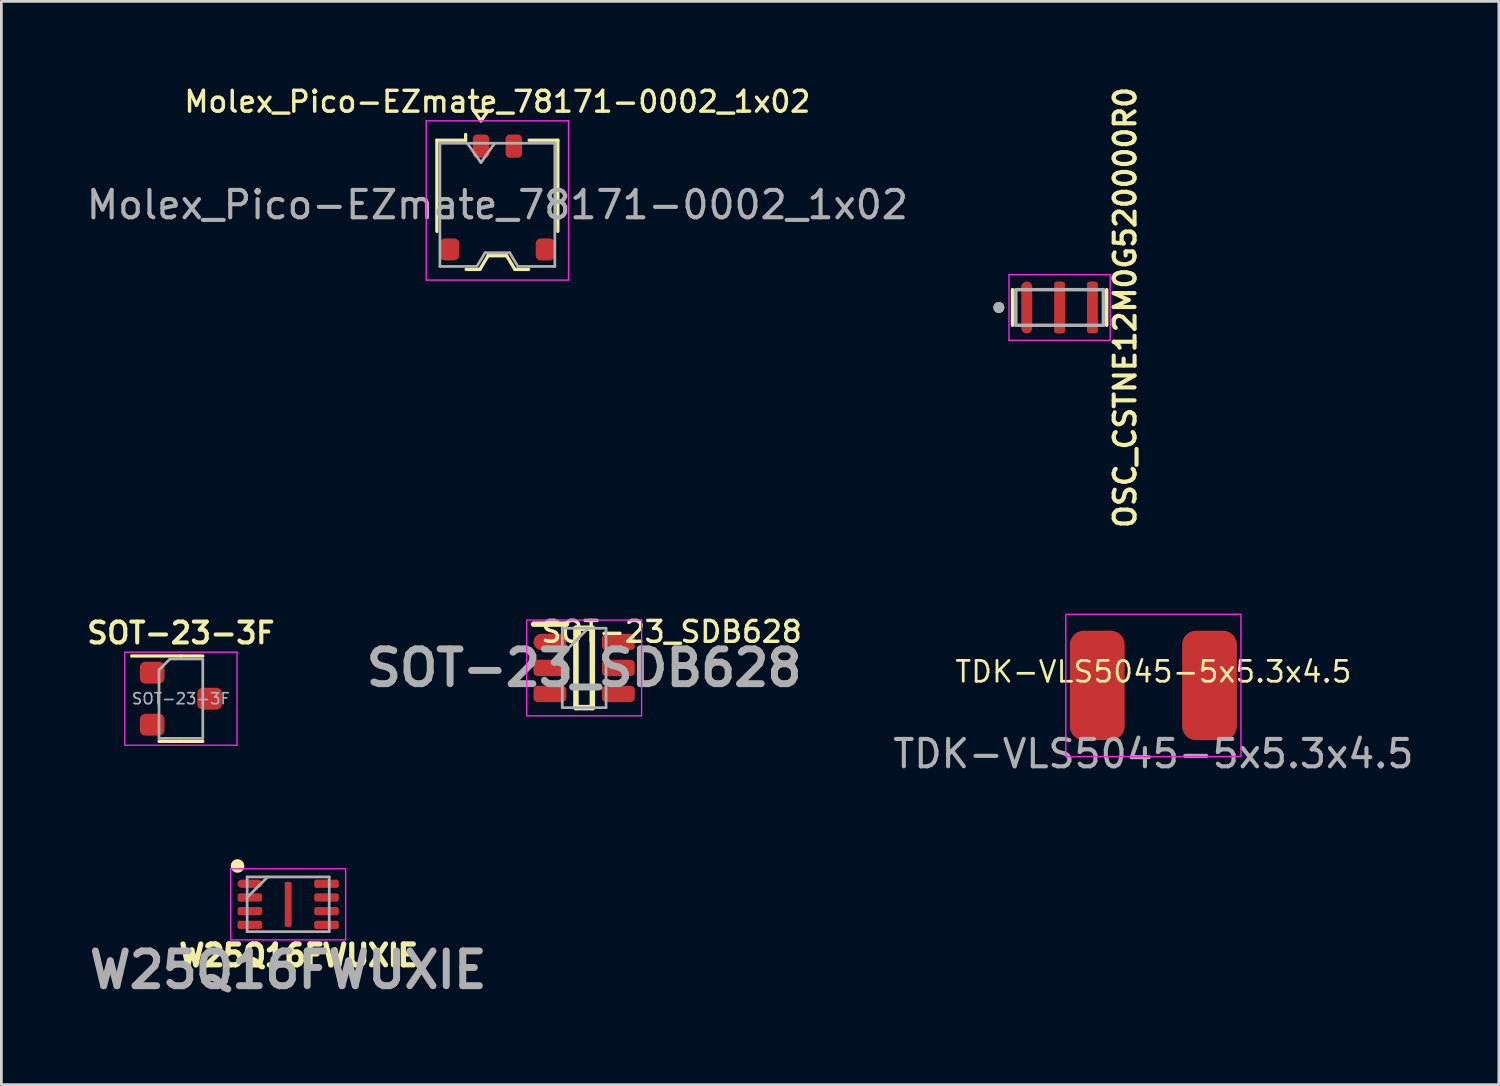
<source format=kicad_pcb>
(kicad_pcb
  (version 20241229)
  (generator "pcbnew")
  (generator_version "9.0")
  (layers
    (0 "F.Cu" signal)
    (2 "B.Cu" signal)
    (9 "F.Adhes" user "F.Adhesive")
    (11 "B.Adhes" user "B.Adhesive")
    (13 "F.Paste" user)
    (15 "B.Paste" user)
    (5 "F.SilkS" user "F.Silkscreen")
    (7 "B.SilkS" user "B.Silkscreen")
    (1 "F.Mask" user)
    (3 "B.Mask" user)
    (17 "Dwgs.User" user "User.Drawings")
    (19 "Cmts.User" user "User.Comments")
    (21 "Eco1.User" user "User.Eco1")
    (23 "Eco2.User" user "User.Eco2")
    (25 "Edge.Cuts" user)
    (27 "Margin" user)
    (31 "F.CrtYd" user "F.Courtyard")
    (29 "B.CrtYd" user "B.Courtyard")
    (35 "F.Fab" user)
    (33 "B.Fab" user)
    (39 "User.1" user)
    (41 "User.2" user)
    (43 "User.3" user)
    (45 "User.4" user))
  (footprint "TDK-VLS5045-5x5.3x4.5"
    (layer "F.Cu")
    (at 39.097 21.997)
    (property "Reference" "TDK-VLS5045-5x5.3x4.5" (at 0 -0.5 0) (unlocked yes) (layer "F.SilkS") (effects (font (size 0.762 0.762) (thickness 0.1))))
    (attr smd)
    (fp_rect (start -3.2 -2.6) (end 3.2 2.6) (stroke (width 0.05) (type default)) (fill no) (layer "F.CrtYd"))
    (fp_text user "${REFERENCE}" (at 0 2.5 0) (unlocked yes) (layer "F.Fab") (effects (font (size 1 1) (thickness 0.15))))
    (pad "1" smd roundrect (at -2.05 0) (size 2 4) (layers "F.Cu" "F.Mask" "F.Paste") (roundrect_rratio 0.25))
    (pad "2" smd roundrect (at 2.05 0) (size 2 4) (layers "F.Cu" "F.Mask" "F.Paste") (roundrect_rratio 0.25)))
  (footprint "W25Q16FWUXIE"
    (layer "F.Cu")
    (at 6.081 29.245)
    (property "Reference" "W25Q16FWUXIE" (at 1.781 2.619 0) (layer "F.SilkS") (effects (font (size 0.762 0.762) (thickness 0.191))))
    (attr smd)
    (fp_circle (center -0.45 -0.65) (end -0.45 -0.525) (stroke (width 0.25) (type solid)) (fill no) (layer "F.SilkS"))
    (fp_line (start -0.7 -0.55) (end 3.5 -0.55) (stroke (width 0.05) (type solid)) (layer "F.CrtYd"))
    (fp_line (start -0.7 2.05) (end -0.7 -0.55) (stroke (width 0.05) (type solid)) (layer "F.CrtYd"))
    (fp_line (start 3.5 -0.55) (end 3.5 2.05) (stroke (width 0.05) (type solid)) (layer "F.CrtYd"))
    (fp_line (start 3.5 2.05) (end -0.7 2.05) (stroke (width 0.05) (type solid)) (layer "F.CrtYd"))
    (fp_line (start -0.1 -0.25) (end 2.9 -0.25) (stroke (width 0.1) (type solid)) (layer "F.Fab"))
    (fp_line (start -0.1 0.5) (end 0.65 -0.25) (stroke (width 0.1) (type solid)) (layer "F.Fab"))
    (fp_line (start -0.1 1.75) (end -0.1 -0.25) (stroke (width 0.1) (type solid)) (layer "F.Fab"))
    (fp_line (start 2.9 -0.25) (end 2.9 1.75) (stroke (width 0.1) (type solid)) (layer "F.Fab"))
    (fp_line (start 2.9 1.75) (end -0.1 1.75) (stroke (width 0.1) (type solid)) (layer "F.Fab"))
    (fp_text user "${REFERENCE}" (at 1.4 3.15 0) (layer "F.Fab") (effects (font (size 1.27 1.27) (thickness 0.254))))
    (pad "1" smd oval (at 0 0 90) (size 0.3 0.9) (layers "F.Cu" "F.Mask" "F.Paste"))
    (pad "2" smd roundrect (at 0 0.5 90) (size 0.3 0.9) (layers "F.Cu" "F.Mask" "F.Paste") (roundrect_rratio 0.25))
    (pad "3" smd roundrect (at 0 1 90) (size 0.3 0.9) (layers "F.Cu" "F.Mask" "F.Paste") (roundrect_rratio 0.25))
    (pad "4" smd roundrect (at 0 1.5 90) (size 0.3 0.9) (layers "F.Cu" "F.Mask" "F.Paste") (roundrect_rratio 0.25))
    (pad "5" smd roundrect (at 2.8 1.5 90) (size 0.3 0.9) (layers "F.Cu" "F.Mask" "F.Paste") (roundrect_rratio 0.25))
    (pad "6" smd roundrect (at 2.8 1 90) (size 0.3 0.9) (layers "F.Cu" "F.Mask" "F.Paste") (roundrect_rratio 0.25))
    (pad "7" smd roundrect (at 2.8 0.5 90) (size 0.3 0.9) (layers "F.Cu" "F.Mask" "F.Paste") (roundrect_rratio 0.25))
    (pad "8" smd roundrect (at 2.8 0 90) (size 0.3 0.9) (layers "F.Cu" "F.Mask" "F.Paste") (roundrect_rratio 0.25))
    (pad "9" smd roundrect (at 1.4 0.75) (size 0.25 1.65) (layers "F.Cu" "F.Mask" "F.Paste") (roundrect_rratio 0.25)))
  (footprint "SOT-23_SDB628"
    (layer "F.Cu")
    (at 18.296 21.358)
    (property "Reference" "SOT-23_SDB628" (at 3.195 -1.321 0) (unlocked yes) (layer "F.SilkS") (effects (font (size 0.762 0.762) (thickness 0.125))))
    (attr smd)
    (fp_line (start -1.85 -1.6) (end -0.65 -1.6) (stroke (width 0.2) (type solid)) (layer "F.SilkS"))
    (fp_line (start -0.3 -1.45) (end 0.3 -1.45) (stroke (width 0.2) (type solid)) (layer "F.SilkS"))
    (fp_line (start -0.3 1.45) (end -0.3 -1.45) (stroke (width 0.2) (type solid)) (layer "F.SilkS"))
    (fp_line (start 0.3 -1.45) (end 0.3 1.45) (stroke (width 0.2) (type solid)) (layer "F.SilkS"))
    (fp_line (start 0.3 1.45) (end -0.3 1.45) (stroke (width 0.2) (type solid)) (layer "F.SilkS"))
    (fp_line (start -2.1 -1.75) (end 2.1 -1.75) (stroke (width 0.05) (type solid)) (layer "F.CrtYd"))
    (fp_line (start -2.1 1.75) (end -2.1 -1.75) (stroke (width 0.05) (type solid)) (layer "F.CrtYd"))
    (fp_line (start 2.1 -1.75) (end 2.1 1.75) (stroke (width 0.05) (type solid)) (layer "F.CrtYd"))
    (fp_line (start 2.1 1.75) (end -2.1 1.75) (stroke (width 0.05) (type solid)) (layer "F.CrtYd"))
    (fp_line (start -0.8 -1.45) (end 0.8 -1.45) (stroke (width 0.1) (type solid)) (layer "F.Fab"))
    (fp_line (start -0.8 -0.5) (end 0.15 -1.45) (stroke (width 0.1) (type solid)) (layer "F.Fab"))
    (fp_line (start -0.8 1.45) (end -0.8 -1.45) (stroke (width 0.1) (type solid)) (layer "F.Fab"))
    (fp_line (start 0.8 -1.45) (end 0.8 1.45) (stroke (width 0.1) (type solid)) (layer "F.Fab"))
    (fp_line (start 0.8 1.45) (end -0.8 1.45) (stroke (width 0.1) (type solid)) (layer "F.Fab"))
    (fp_text user "${REFERENCE}" (at 0 0 0) (layer "F.Fab") (effects (font (size 1.27 1.27) (thickness 0.254))))
    (pad "1" smd oval (at -1.25 -0.95 90) (size 0.6 1.2) (layers "F.Cu" "F.Mask" "F.Paste"))
    (pad "2" smd roundrect (at -1.25 0 90) (size 0.6 1.2) (layers "F.Cu" "F.Mask" "F.Paste") (roundrect_rratio 0.25))
    (pad "3" smd roundrect (at -1.25 0.95 90) (size 0.6 1.2) (layers "F.Cu" "F.Mask" "F.Paste") (roundrect_rratio 0.25))
    (pad "4" smd roundrect (at 1.25 0.95 90) (size 0.6 1.2) (layers "F.Cu" "F.Mask" "F.Paste") (roundrect_rratio 0.25))
    (pad "5" smd roundrect (at 1.25 0 90) (size 0.6 1.2) (layers "F.Cu" "F.Mask" "F.Paste") (roundrect_rratio 0.25))
    (pad "6" smd roundrect (at 1.25 -0.95 90) (size 0.6 1.2) (layers "F.Cu" "F.Mask" "F.Paste") (roundrect_rratio 0.25)))
  (footprint "Molex_Pico-EZmate_78171-0002_1x02"
    (layer "F.Cu")
    (at 15.125 4.165)
    (property "Reference" "Molex_Pico-EZmate_78171-0002_1x02" (at 0 -3.5 0) (layer "F.SilkS") (effects (font (size 0.762 0.762) (thickness 0.125))))
    (attr smd)
    (fp_line (start -2.21 -2.09) (end -1.16 -2.09) (stroke (width 0.12) (type solid)) (layer "F.SilkS"))
    (fp_line (start -2.21 1.24) (end -2.21 -2.09) (stroke (width 0.12) (type solid)) (layer "F.SilkS"))
    (fp_line (start -1.16 -2.09) (end -1.16 -2.3) (stroke (width 0.12) (type solid)) (layer "F.SilkS"))
    (fp_line (start -1.14 2.63) (end -0.64 2.63) (stroke (width 0.12) (type solid)) (layer "F.SilkS"))
    (fp_line (start -0.85 -3.154) (end -0.6 -2.8) (stroke (width 0.12) (type solid)) (layer "F.SilkS"))
    (fp_line (start -0.64 2.63) (end -0.34 2.13) (stroke (width 0.12) (type solid)) (layer "F.SilkS"))
    (fp_line (start -0.6 -2.8) (end -0.35 -3.154) (stroke (width 0.12) (type solid)) (layer "F.SilkS"))
    (fp_line (start -0.35 -3.154) (end -0.85 -3.154) (stroke (width 0.12) (type solid)) (layer "F.SilkS"))
    (fp_line (start -0.34 2.13) (end 0.34 2.13) (stroke (width 0.12) (type solid)) (layer "F.SilkS"))
    (fp_line (start 0.34 2.13) (end 0.64 2.63) (stroke (width 0.12) (type solid)) (layer "F.SilkS"))
    (fp_line (start 0.64 2.63) (end 1.14 2.63) (stroke (width 0.12) (type solid)) (layer "F.SilkS"))
    (fp_line (start 2.21 -2.09) (end 1.16 -2.09) (stroke (width 0.12) (type solid)) (layer "F.SilkS"))
    (fp_line (start 2.21 1.24) (end 2.21 -2.09) (stroke (width 0.12) (type solid)) (layer "F.SilkS"))
    (fp_line (start -2.6 -2.8) (end -2.6 3.02) (stroke (width 0.05) (type solid)) (layer "F.CrtYd"))
    (fp_line (start -2.6 3.02) (end 2.6 3.02) (stroke (width 0.05) (type solid)) (layer "F.CrtYd"))
    (fp_line (start 2.6 -2.8) (end -2.6 -2.8) (stroke (width 0.05) (type solid)) (layer "F.CrtYd"))
    (fp_line (start 2.6 3.02) (end 2.6 -2.8) (stroke (width 0.05) (type solid)) (layer "F.CrtYd"))
    (fp_line (start -2.1 -1.98) (end -2.1 2.52) (stroke (width 0.1) (type solid)) (layer "F.Fab"))
    (fp_line (start -2.1 -1.98) (end 2.1 -1.98) (stroke (width 0.1) (type solid)) (layer "F.Fab"))
    (fp_line (start -2.1 2.52) (end -0.75 2.52) (stroke (width 0.1) (type solid)) (layer "F.Fab"))
    (fp_line (start -1.1 -1.98) (end -0.6 -1.273) (stroke (width 0.1) (type solid)) (layer "F.Fab"))
    (fp_line (start -0.75 2.52) (end -0.45 2.02) (stroke (width 0.1) (type solid)) (layer "F.Fab"))
    (fp_line (start -0.6 -1.273) (end -0.1 -1.98) (stroke (width 0.1) (type solid)) (layer "F.Fab"))
    (fp_line (start -0.45 2.02) (end 0.45 2.02) (stroke (width 0.1) (type solid)) (layer "F.Fab"))
    (fp_line (start 0.45 2.02) (end 0.75 2.52) (stroke (width 0.1) (type solid)) (layer "F.Fab"))
    (fp_line (start 0.75 2.52) (end 2.1 2.52) (stroke (width 0.1) (type solid)) (layer "F.Fab"))
    (fp_line (start 2.1 -1.98) (end 2.1 2.52) (stroke (width 0.1) (type solid)) (layer "F.Fab"))
    (fp_text user "${REFERENCE}" (at 0 0.27 0) (layer "F.Fab") (effects (font (size 1 1) (thickness 0.15))))
    (pad "1" smd roundrect (at -0.6 -1.875) (size 0.6 0.85) (layers "F.Cu" "F.Mask" "F.Paste") (roundrect_rratio 0.25))
    (pad "2" smd roundrect (at 0.6 -1.875) (size 0.6 0.85) (layers "F.Cu" "F.Mask" "F.Paste") (roundrect_rratio 0.25))
    (pad "MP" smd roundrect (at -1.75 1.9) (size 0.7 0.8) (layers "F.Cu" "F.Mask" "F.Paste") (roundrect_rratio 0.25))
    (pad "MP" smd roundrect (at 1.75 1.9) (size 0.7 0.8) (layers "F.Cu" "F.Mask" "F.Paste") (roundrect_rratio 0.25)))
  (footprint "OSC_CSTNE12M0G520000R0"
    (layer "F.Cu")
    (at 35.67 8.186)
    (property "Reference" "OSC_CSTNE12M0G520000R0" (at 2.394 0 270) (layer "F.SilkS") (effects (font (size 0.762 0.762) (thickness 0.15))))
    (attr smd)
    (fp_line (start -1.72 -0.65) (end -1.72 0.65) (stroke (width 0.127) (type solid)) (layer "F.SilkS"))
    (fp_line (start 1.72 -0.65) (end 1.72 0.65) (stroke (width 0.127) (type solid)) (layer "F.SilkS"))
    (fp_circle (center -2.22 0) (end -2.12 0) (stroke (width 0.2) (type solid)) (fill no) (layer "F.SilkS"))
    (fp_line (start -1.85 -1.2) (end 1.85 -1.2) (stroke (width 0.05) (type solid)) (layer "F.CrtYd"))
    (fp_line (start -1.85 1.2) (end -1.85 -1.2) (stroke (width 0.05) (type solid)) (layer "F.CrtYd"))
    (fp_line (start 1.85 -1.2) (end 1.85 1.2) (stroke (width 0.05) (type solid)) (layer "F.CrtYd"))
    (fp_line (start 1.85 1.2) (end -1.85 1.2) (stroke (width 0.05) (type solid)) (layer "F.CrtYd"))
    (fp_line (start -1.6 -0.65) (end -1.6 0.65) (stroke (width 0.127) (type solid)) (layer "F.Fab"))
    (fp_line (start -1.6 -0.65) (end 1.6 -0.65) (stroke (width 0.127) (type solid)) (layer "F.Fab"))
    (fp_line (start 1.6 -0.65) (end 1.6 0.65) (stroke (width 0.127) (type solid)) (layer "F.Fab"))
    (fp_line (start 1.6 0.65) (end -1.6 0.65) (stroke (width 0.127) (type solid)) (layer "F.Fab"))
    (fp_circle (center -2.22 0) (end -2.12 0) (stroke (width 0.2) (type solid)) (fill no) (layer "F.Fab"))
    (pad "1" smd oval (at -1.2 0) (size 0.4 1.9) (layers "F.Cu" "F.Mask" "F.Paste"))
    (pad "2" smd roundrect (at 0 0) (size 0.4 1.9) (layers "F.Cu" "F.Mask" "F.Paste") (roundrect_rratio 0.25))
    (pad "3" smd roundrect (at 1.2 0) (size 0.4 1.9) (layers "F.Cu" "F.Mask" "F.Paste") (roundrect_rratio 0.25)))
  (footprint "SOT-23-3F"
    (layer "F.Cu")
    (at 3.56 22.481)
    (property "Reference" "SOT-23-3F" (at 0 -2.4 180) (layer "F.SilkS") (effects (font (size 0.762 0.762) (thickness 0.15))))
    (attr smd)
    (fp_line (start 0 -1.56) (end -1.8 -1.56) (stroke (width 0.12) (type solid)) (layer "F.SilkS"))
    (fp_line (start 0 -1.56) (end 0.8 -1.56) (stroke (width 0.12) (type solid)) (layer "F.SilkS"))
    (fp_line (start 0 1.56) (end -0.8 1.56) (stroke (width 0.12) (type solid)) (layer "F.SilkS"))
    (fp_line (start 0 1.56) (end 0.8 1.56) (stroke (width 0.12) (type solid)) (layer "F.SilkS"))
    (fp_line (start -2.05 -1.7) (end -2.05 1.7) (stroke (width 0.05) (type solid)) (layer "F.CrtYd"))
    (fp_line (start -2.05 1.7) (end 2.05 1.7) (stroke (width 0.05) (type solid)) (layer "F.CrtYd"))
    (fp_line (start 2.05 -1.7) (end -2.05 -1.7) (stroke (width 0.05) (type solid)) (layer "F.CrtYd"))
    (fp_line (start 2.05 1.7) (end 2.05 -1.7) (stroke (width 0.05) (type solid)) (layer "F.CrtYd"))
    (fp_line (start -0.8 -1.05) (end -0.4 -1.45) (stroke (width 0.1) (type solid)) (layer "F.Fab"))
    (fp_line (start -0.8 1.45) (end -0.8 -1.05) (stroke (width 0.1) (type solid)) (layer "F.Fab"))
    (fp_line (start -0.4 -1.45) (end 0.8 -1.45) (stroke (width 0.1) (type solid)) (layer "F.Fab"))
    (fp_line (start 0.8 -1.45) (end 0.8 1.45) (stroke (width 0.1) (type solid)) (layer "F.Fab"))
    (fp_line (start 0.8 1.45) (end -0.8 1.45) (stroke (width 0.1) (type solid)) (layer "F.Fab"))
    (fp_text user "${REFERENCE}" (at 0 0 180) (layer "F.Fab") (effects (font (size 0.4 0.4) (thickness 0.06))))
    (pad "1" smd roundrect (at -1.05 -0.95) (size 0.9 0.8) (layers "F.Cu" "F.Mask" "F.Paste") (roundrect_rratio 0.25))
    (pad "2" smd roundrect (at -1.05 0.95) (size 0.9 0.8) (layers "F.Cu" "F.Mask" "F.Paste") (roundrect_rratio 0.25))
    (pad "3" smd roundrect (at 1.05 0) (size 0.9 0.8) (layers "F.Cu" "F.Mask" "F.Paste") (roundrect_rratio 0.25)))
  (gr_rect
    (start -3 -3)
    (end 51.722 36.584)
    (stroke (width 0.1) (type default))
    (fill no)
    (layer "Edge.Cuts")))
</source>
